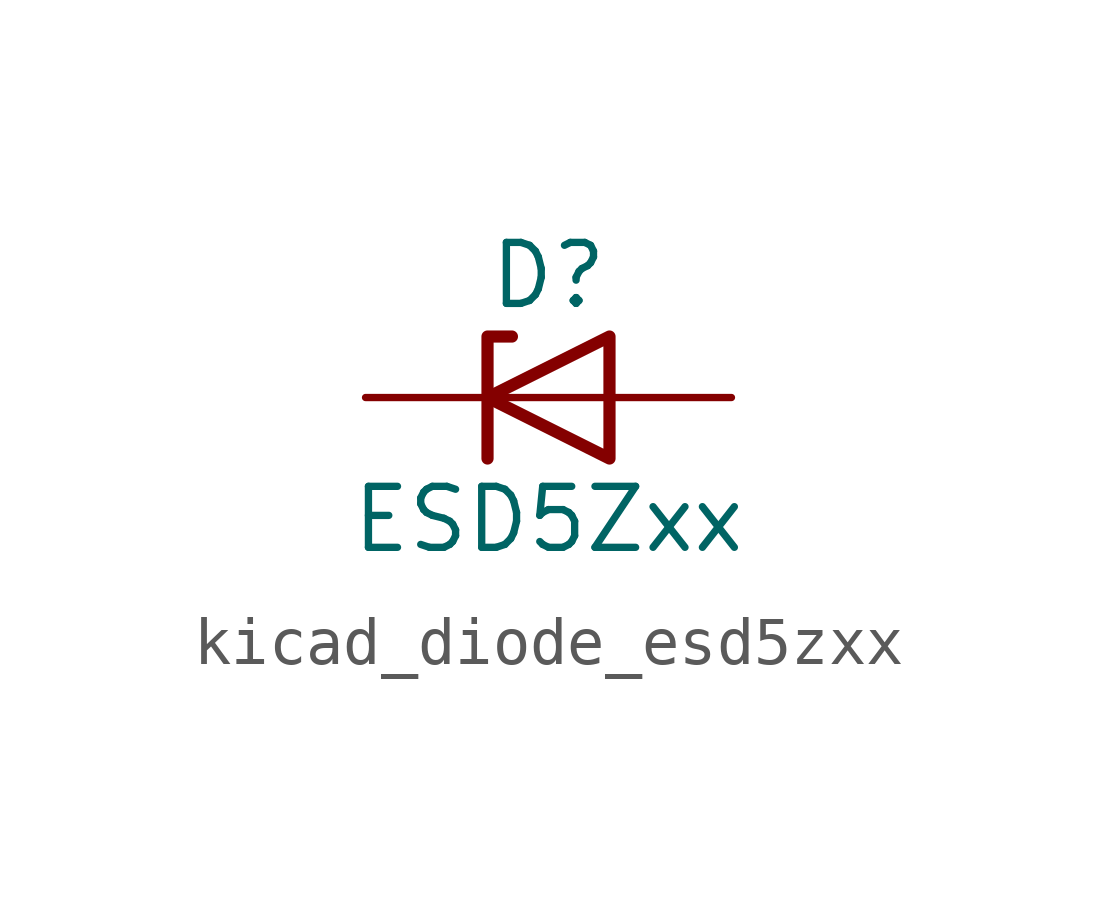
<source format=kicad_sym>
(kicad_symbol_lib
  (version 20220914)
  (generator kicad_symbol_editor)
  (symbol "kicad_diode_esd5zxx"
    (pin_numbers hide)
    (pin_names hide)
    (property "Reference" "D"
      (at 0 2.54 0)
      (effects (font (size 1.27 1.27))))
    (property "Value" "ESD5Zxx"
      (at 0 -2.54 0)
      (effects (font (size 1.27 1.27))))
    (symbol "kicad_diode_esd5zxx_0_1"
      (polyline (pts (xy 1.27 0) (xy -1.27 0)) (stroke (width 0) (type default)) (fill (type none)))
      (polyline (pts (xy -1.27 -1.27) (xy -1.27 1.27) (xy -0.762 1.27)) (stroke (width 0.254) (type default)) (fill (type none)))
      (polyline (pts (xy 1.27 -1.27) (xy 1.27 1.27) (xy -1.27 0) (xy 1.27 -1.27)) (stroke (width 0.254) (type default)) (fill (type none))))
    (symbol "kicad_diode_esd5zxx_1_1"
      (pin passive line (at -3.81 0 0) (length 2.54) (name "K" (effects (font (size 1.27 1.27)))) (number "1" (effects (font (size 1.27 1.27)))))
      (pin passive line (at 3.81 0 180) (length 2.54) (name "A" (effects (font (size 1.27 1.27)))) (number "2" (effects (font (size 1.27 1.27))))))))
</source>
